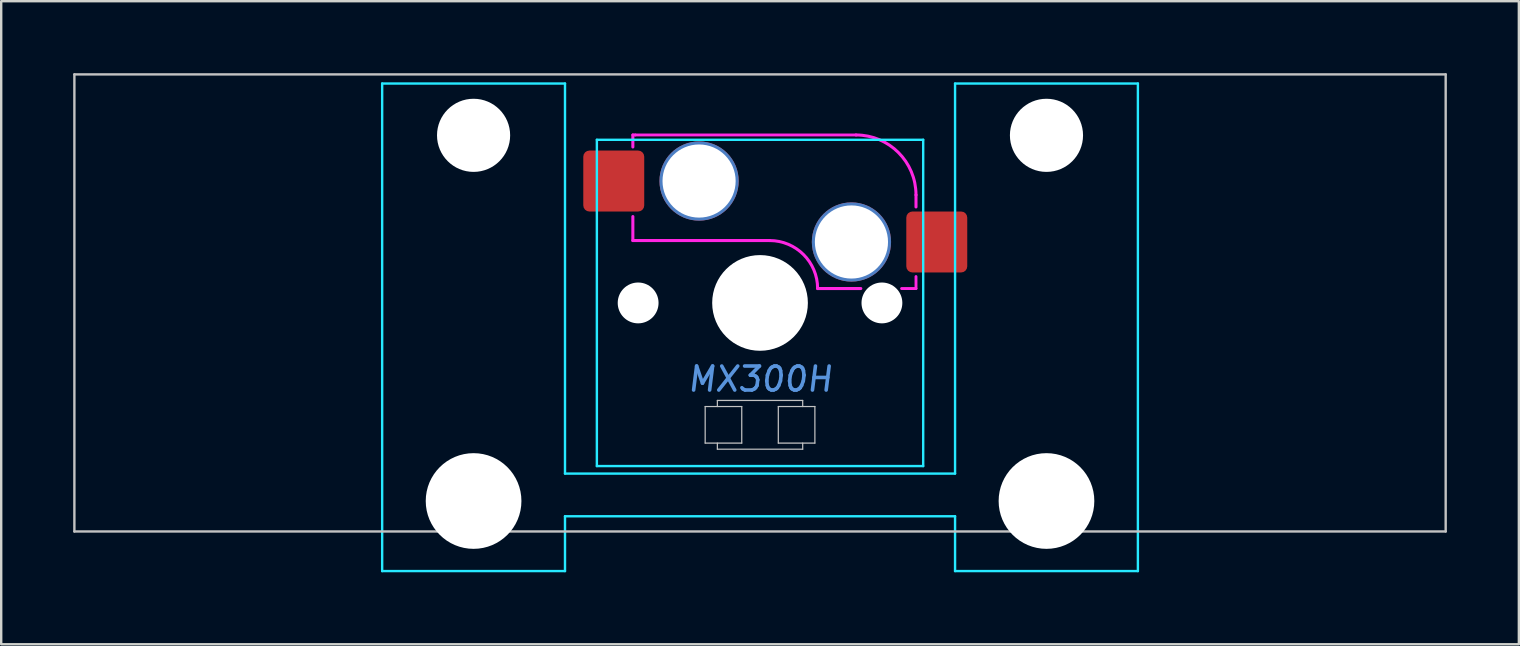
<source format=kicad_pcb>
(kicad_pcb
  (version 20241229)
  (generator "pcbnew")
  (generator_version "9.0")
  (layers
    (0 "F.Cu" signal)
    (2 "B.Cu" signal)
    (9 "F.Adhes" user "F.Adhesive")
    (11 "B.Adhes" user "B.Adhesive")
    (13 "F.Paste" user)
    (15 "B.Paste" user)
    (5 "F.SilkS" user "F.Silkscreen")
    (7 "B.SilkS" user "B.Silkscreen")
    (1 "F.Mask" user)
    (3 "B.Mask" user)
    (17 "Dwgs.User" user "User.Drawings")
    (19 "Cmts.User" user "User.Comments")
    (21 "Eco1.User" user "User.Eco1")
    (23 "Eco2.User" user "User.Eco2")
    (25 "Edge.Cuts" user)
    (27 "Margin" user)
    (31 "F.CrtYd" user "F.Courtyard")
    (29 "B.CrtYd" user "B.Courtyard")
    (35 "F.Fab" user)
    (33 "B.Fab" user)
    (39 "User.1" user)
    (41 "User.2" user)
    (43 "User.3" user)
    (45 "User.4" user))
  (footprint "MX300H"
    (layer "F.Cu")
    (at 28.625 9.575)
    (property "Reference" "MX300H" (at 0 3.175 0) (layer "Cmts.User") (effects (font (size 1 1) (thickness 0.15) (italic yes))))
    (attr smd)
    (fp_line (start -28.575 -9.525) (end -28.575 9.525) (stroke (width 0.1) (type solid)) (layer "Dwgs.User"))
    (fp_line (start -28.575 -9.525) (end 28.575 -9.525) (stroke (width 0.1) (type solid)) (layer "Dwgs.User"))
    (fp_line (start -28.575 9.525) (end 28.575 9.525) (stroke (width 0.1) (type solid)) (layer "Dwgs.User"))
    (fp_line (start -2.286 4.318) (end -0.762 4.318) (stroke (width 0.051) (type solid)) (layer "Dwgs.User"))
    (fp_line (start -2.286 5.842) (end -2.286 4.318) (stroke (width 0.051) (type solid)) (layer "Dwgs.User"))
    (fp_line (start -1.778 4.064) (end 1.778 4.064) (stroke (width 0.051) (type solid)) (layer "Dwgs.User"))
    (fp_line (start -1.778 4.318) (end -1.778 4.064) (stroke (width 0.051) (type solid)) (layer "Dwgs.User"))
    (fp_line (start -1.778 6.096) (end -1.778 5.842) (stroke (width 0.051) (type solid)) (layer "Dwgs.User"))
    (fp_line (start -0.762 4.318) (end -0.762 5.842) (stroke (width 0.051) (type solid)) (layer "Dwgs.User"))
    (fp_line (start -0.762 5.842) (end -2.286 5.842) (stroke (width 0.051) (type solid)) (layer "Dwgs.User"))
    (fp_line (start 0.762 4.318) (end 2.286 4.318) (stroke (width 0.051) (type solid)) (layer "Dwgs.User"))
    (fp_line (start 0.762 5.842) (end 0.762 4.318) (stroke (width 0.051) (type solid)) (layer "Dwgs.User"))
    (fp_line (start 1.778 4.064) (end 1.778 4.318) (stroke (width 0.051) (type solid)) (layer "Dwgs.User"))
    (fp_line (start 1.778 5.842) (end 1.778 6.096) (stroke (width 0.051) (type solid)) (layer "Dwgs.User"))
    (fp_line (start 1.778 6.096) (end -1.778 6.096) (stroke (width 0.051) (type solid)) (layer "Dwgs.User"))
    (fp_line (start 2.286 4.318) (end 2.286 5.842) (stroke (width 0.051) (type solid)) (layer "Dwgs.User"))
    (fp_line (start 2.286 5.842) (end 0.762 5.842) (stroke (width 0.051) (type solid)) (layer "Dwgs.User"))
    (fp_line (start 28.575 -9.525) (end 28.575 9.525) (stroke (width 0.1) (type solid)) (layer "Dwgs.User"))
    (fp_line (start -15.438 -5.485) (end -15.438 8.515) (stroke (width 0.1) (type solid)) (layer "Eco1.User"))
    (fp_line (start -14.938 -5.985) (end -8.938 -5.985) (stroke (width 0.1) (type solid)) (layer "Eco1.User"))
    (fp_line (start -8.938 9.015) (end -14.938 9.015) (stroke (width 0.1) (type solid)) (layer "Eco1.User"))
    (fp_line (start -8.438 8.515) (end -8.438 -5.485) (stroke (width 0.1) (type solid)) (layer "Eco1.User"))
    (fp_line (start -7 -6.5) (end -7 6.5) (stroke (width 0.1) (type solid)) (layer "Eco1.User"))
    (fp_line (start -6.5 7) (end 6.5 7) (stroke (width 0.1) (type solid)) (layer "Eco1.User"))
    (fp_line (start 6.5 -7) (end -6.5 -7) (stroke (width 0.1) (type solid)) (layer "Eco1.User"))
    (fp_line (start 7 6.5) (end 7 -6.5) (stroke (width 0.1) (type solid)) (layer "Eco1.User"))
    (fp_line (start 8.438 -5.485) (end 8.438 8.515) (stroke (width 0.1) (type solid)) (layer "Eco1.User"))
    (fp_line (start 8.938 -5.985) (end 14.938 -5.985) (stroke (width 0.1) (type solid)) (layer "Eco1.User"))
    (fp_line (start 14.938 9.015) (end 8.938 9.015) (stroke (width 0.1) (type solid)) (layer "Eco1.User"))
    (fp_line (start 15.438 8.515) (end 15.438 -5.485) (stroke (width 0.1) (type solid)) (layer "Eco1.User"))
    (fp_arc (start -15.438 -5.485) (mid -15.291553 -5.838553) (end -14.938 -5.985) (stroke (width 0.1) (type solid)) (layer "Eco1.User"))
    (fp_arc (start -14.938 9.015) (mid -15.291553 8.868553) (end -15.438 8.515) (stroke (width 0.1) (type solid)) (layer "Eco1.User"))
    (fp_arc (start -8.938 -5.985) (mid -8.584447 -5.838553) (end -8.438 -5.485) (stroke (width 0.1) (type solid)) (layer "Eco1.User"))
    (fp_arc (start -8.438 8.515) (mid -8.584447 8.868553) (end -8.938 9.015) (stroke (width 0.1) (type solid)) (layer "Eco1.User"))
    (fp_arc (start -7 -6.5) (mid -6.853553 -6.853553) (end -6.5 -7) (stroke (width 0.1) (type solid)) (layer "Eco1.User"))
    (fp_arc (start -6.5 7) (mid -6.853553 6.853553) (end -7 6.5) (stroke (width 0.1) (type solid)) (layer "Eco1.User"))
    (fp_arc (start 6.5 -7) (mid 6.853553 -6.853553) (end 7 -6.5) (stroke (width 0.1) (type solid)) (layer "Eco1.User"))
    (fp_arc (start 7 6.5) (mid 6.853553 6.853553) (end 6.5 7) (stroke (width 0.1) (type solid)) (layer "Eco1.User"))
    (fp_arc (start 8.438 -5.485) (mid 8.584447 -5.838553) (end 8.938 -5.985) (stroke (width 0.1) (type solid)) (layer "Eco1.User"))
    (fp_arc (start 8.938 9.015) (mid 8.584447 8.868553) (end 8.438 8.515) (stroke (width 0.1) (type solid)) (layer "Eco1.User"))
    (fp_arc (start 14.938 -5.985) (mid 15.291553 -5.838553) (end 15.438 -5.485) (stroke (width 0.1) (type solid)) (layer "Eco1.User"))
    (fp_arc (start 15.438 8.515) (mid 15.291553 8.868553) (end 14.938 9.015) (stroke (width 0.1) (type solid)) (layer "Eco1.User"))
    (fp_line (start -15.748 -9.144) (end -15.748 11.176) (stroke (width 0.1) (type solid)) (layer "B.CrtYd"))
    (fp_line (start -15.748 11.176) (end -8.128 11.176) (stroke (width 0.1) (type solid)) (layer "B.CrtYd"))
    (fp_line (start -8.128 -9.144) (end -15.748 -9.144) (stroke (width 0.1) (type solid)) (layer "B.CrtYd"))
    (fp_line (start -8.128 7.112) (end -8.128 -9.144) (stroke (width 0.1) (type solid)) (layer "B.CrtYd"))
    (fp_line (start -8.128 7.112) (end 8.128 7.112) (stroke (width 0.1) (type solid)) (layer "B.CrtYd"))
    (fp_line (start -8.128 8.89) (end -8.128 11.176) (stroke (width 0.1) (type solid)) (layer "B.CrtYd"))
    (fp_line (start -8.128 8.89) (end 8.128 8.89) (stroke (width 0.1) (type solid)) (layer "B.CrtYd"))
    (fp_line (start -6.8 -6.8) (end -6.8 6.8) (stroke (width 0.1) (type solid)) (layer "B.CrtYd"))
    (fp_line (start 6.8 -6.8) (end -6.8 -6.8) (stroke (width 0.1) (type solid)) (layer "B.CrtYd"))
    (fp_line (start 6.8 -6.8) (end 6.8 6.8) (stroke (width 0.1) (type solid)) (layer "B.CrtYd"))
    (fp_line (start 6.8 6.8) (end -6.8 6.8) (stroke (width 0.1) (type solid)) (layer "B.CrtYd"))
    (fp_line (start 8.128 -9.144) (end 15.748 -9.144) (stroke (width 0.1) (type solid)) (layer "B.CrtYd"))
    (fp_line (start 8.128 7.112) (end 8.128 -9.142) (stroke (width 0.1) (type solid)) (layer "B.CrtYd"))
    (fp_line (start 8.128 8.89) (end 8.128 11.176) (stroke (width 0.1) (type solid)) (layer "B.CrtYd"))
    (fp_line (start 15.748 11.176) (end 8.128 11.176) (stroke (width 0.1) (type solid)) (layer "B.CrtYd"))
    (fp_line (start 15.748 11.176) (end 15.748 -9.144) (stroke (width 0.1) (type solid)) (layer "B.CrtYd"))
    (fp_line (start -5.3 -7) (end -5.3 -6.5) (stroke (width 0.127) (type solid)) (layer "F.CrtYd"))
    (fp_line (start -5.3 -3.6) (end -5.3 -2.6) (stroke (width 0.127) (type solid)) (layer "F.CrtYd"))
    (fp_line (start -5.2 -7) (end -5.3 -7) (stroke (width 0.12) (type solid)) (layer "F.CrtYd"))
    (fp_line (start 0.4 -2.6) (end -5.3 -2.6) (stroke (width 0.127) (type solid)) (layer "F.CrtYd"))
    (fp_line (start 4 -7) (end -5.2 -7) (stroke (width 0.12) (type solid)) (layer "F.CrtYd"))
    (fp_line (start 4.2 -0.6) (end 2.4 -0.6) (stroke (width 0.127) (type solid)) (layer "F.CrtYd"))
    (fp_line (start 6.5 -4.5) (end 6.5 -4) (stroke (width 0.127) (type solid)) (layer "F.CrtYd"))
    (fp_line (start 6.5 -1.1) (end 6.5 -0.6) (stroke (width 0.12) (type solid)) (layer "F.CrtYd"))
    (fp_line (start 6.5 -0.6) (end 5.9 -0.6) (stroke (width 0.12) (type solid)) (layer "F.CrtYd"))
    (fp_arc (start 0.4 -2.6) (mid 1.814214 -2.014214) (end 2.4 -0.6) (stroke (width 0.127) (type solid)) (layer "F.CrtYd"))
    (fp_arc (start 4 -7) (mid 5.767767 -6.267767) (end 6.5 -4.5) (stroke (width 0.127) (type solid)) (layer "F.CrtYd"))
    (pad "" np_thru_hole circle (at -11.938 -6.985) (size 3.048 3.048) (drill 3.048) (layers "*.Cu" "*.Mask"))
    (pad "" np_thru_hole circle (at -11.938 8.255) (size 3.988 3.988) (drill 3.988) (layers "*.Cu" "*.Mask"))
    (pad "" np_thru_hole circle (at -5.08 0) (size 1.702 1.702) (drill 1.702) (layers "*.Cu" "*.Mask"))
    (pad "" np_thru_hole circle (at -2.54 -5.08) (size 3.302 3.302) (drill 3.048) (layers "*.Cu" "*.Mask"))
    (pad "" np_thru_hole circle (at 0 0) (size 3.988 3.988) (drill 3.988) (layers "*.Cu" "*.Mask"))
    (pad "" np_thru_hole circle (at 3.81 -2.54) (size 3.302 3.302) (drill 3.048) (layers "*.Cu" "*.Mask"))
    (pad "" np_thru_hole circle (at 5.08 0) (size 1.702 1.702) (drill 1.702) (layers "*.Cu" "*.Mask"))
    (pad "" np_thru_hole circle (at 11.938 -6.985) (size 3.048 3.048) (drill 3.048) (layers "*.Cu" "*.Mask"))
    (pad "" np_thru_hole circle (at 11.938 8.255) (size 3.988 3.988) (drill 3.988) (layers "*.Cu" "*.Mask"))
    (pad "1" smd roundrect (at -6.096 -5.08) (size 2.54 2.54) (layers "F.Cu" "F.Mask" "F.Paste") (roundrect_rratio 0.1))
    (pad "2" smd roundrect (at 7.366 -2.54) (size 2.54 2.54) (layers "F.Cu" "F.Mask" "F.Paste") (roundrect_rratio 0.1)))
  (gr_rect
    (start -3 -3)
    (end 60.25 23.801)
    (stroke (width 0.1) (type default))
    (fill no)
    (layer "Edge.Cuts")))
</source>
